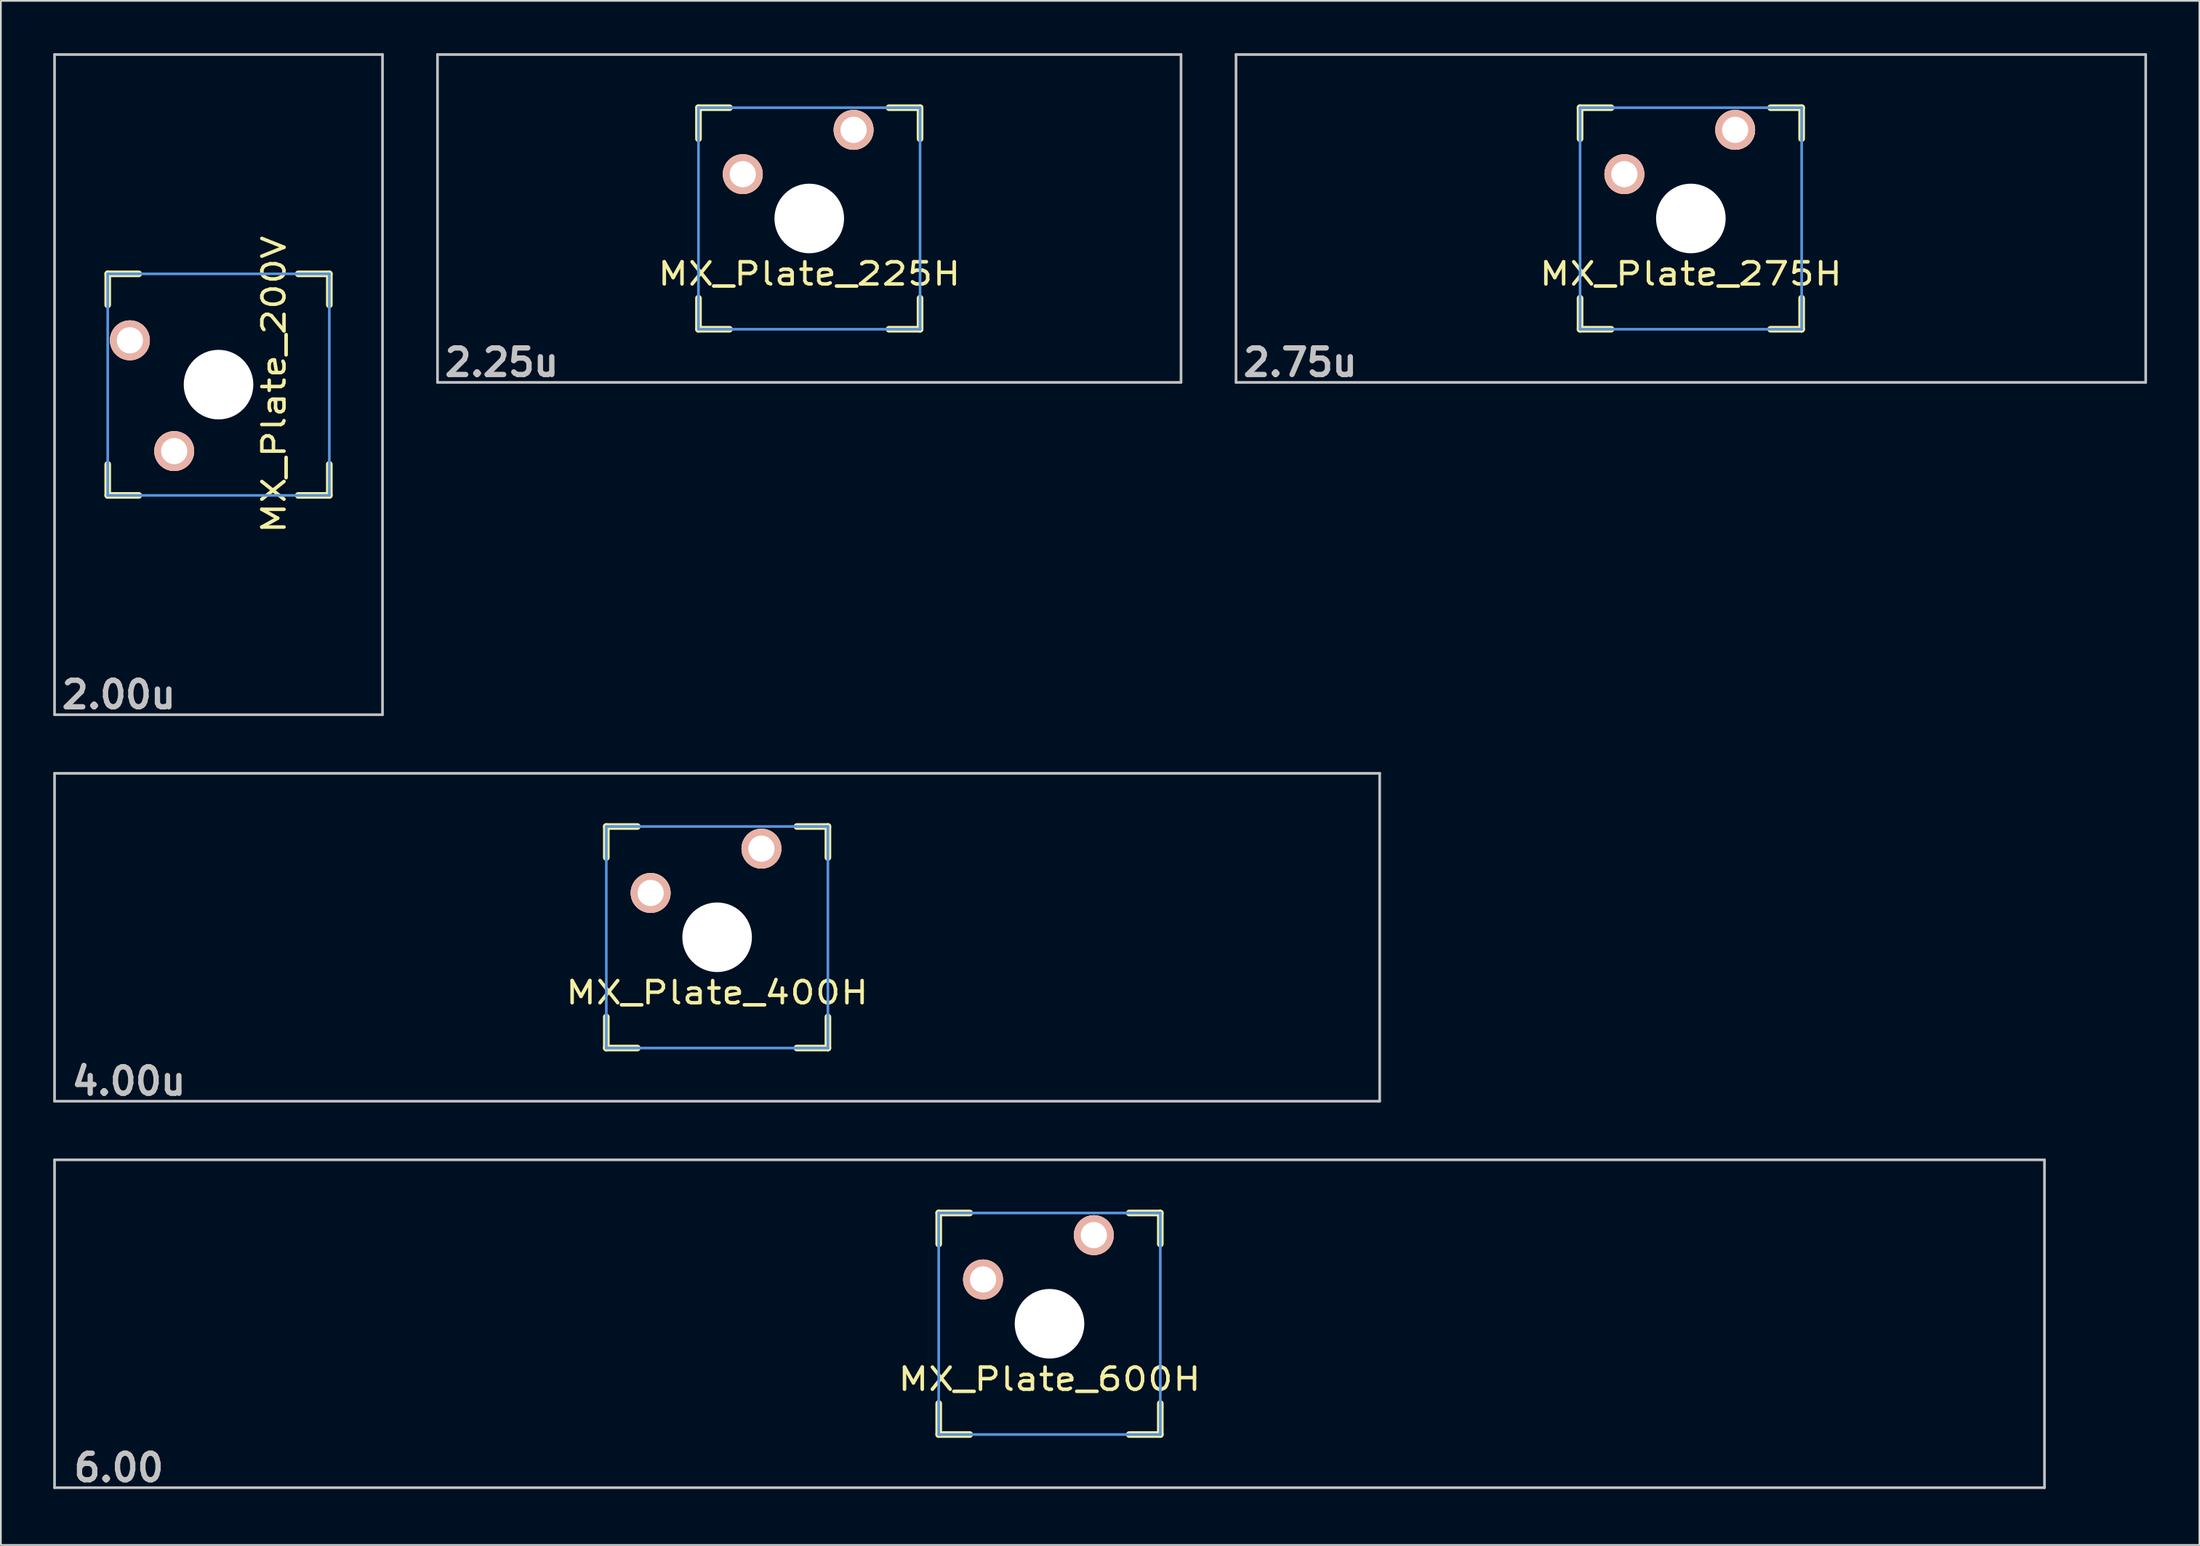
<source format=kicad_pcb>
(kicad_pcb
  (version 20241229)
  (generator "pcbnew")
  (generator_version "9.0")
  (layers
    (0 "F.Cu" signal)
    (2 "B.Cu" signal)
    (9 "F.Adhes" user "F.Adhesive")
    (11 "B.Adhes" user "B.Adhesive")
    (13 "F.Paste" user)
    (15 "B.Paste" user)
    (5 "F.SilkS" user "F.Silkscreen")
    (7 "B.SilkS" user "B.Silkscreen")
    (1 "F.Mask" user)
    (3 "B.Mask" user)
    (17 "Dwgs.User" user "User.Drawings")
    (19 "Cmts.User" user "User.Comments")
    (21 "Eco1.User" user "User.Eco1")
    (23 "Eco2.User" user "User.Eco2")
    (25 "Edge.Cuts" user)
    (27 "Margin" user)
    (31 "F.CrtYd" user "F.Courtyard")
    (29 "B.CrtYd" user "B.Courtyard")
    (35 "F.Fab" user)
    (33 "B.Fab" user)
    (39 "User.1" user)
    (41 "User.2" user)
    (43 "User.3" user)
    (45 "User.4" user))
  (footprint "MX_Plate_275H"
    (layer "F.Cu")
    (at 93.856 9.474)
    (property "Reference" "MX_Plate_275H" (at 0 3.175 0) (layer "F.SilkS") (effects (font (size 1.27 1.524) (thickness 0.203))))
    (attr through_hole)
    (fp_line (start -6.35 -6.35) (end -4.572 -6.35) (stroke (width 0.381) (type solid)) (layer "F.SilkS"))
    (fp_line (start -6.35 -4.572) (end -6.35 -6.35) (stroke (width 0.381) (type solid)) (layer "F.SilkS"))
    (fp_line (start -6.35 6.35) (end -6.35 4.572) (stroke (width 0.381) (type solid)) (layer "F.SilkS"))
    (fp_line (start -4.572 6.35) (end -6.35 6.35) (stroke (width 0.381) (type solid)) (layer "F.SilkS"))
    (fp_line (start 4.572 -6.35) (end 6.35 -6.35) (stroke (width 0.381) (type solid)) (layer "F.SilkS"))
    (fp_line (start 6.35 -6.35) (end 6.35 -4.572) (stroke (width 0.381) (type solid)) (layer "F.SilkS"))
    (fp_line (start 6.35 4.572) (end 6.35 6.35) (stroke (width 0.381) (type solid)) (layer "F.SilkS"))
    (fp_line (start 6.35 6.35) (end 4.572 6.35) (stroke (width 0.381) (type solid)) (layer "F.SilkS"))
    (fp_line (start -26.068 -9.398) (end 26.068 -9.398) (stroke (width 0.152) (type solid)) (layer "Dwgs.User"))
    (fp_line (start -26.068 9.398) (end -26.068 -9.398) (stroke (width 0.152) (type solid)) (layer "Dwgs.User"))
    (fp_line (start 26.068 -9.398) (end 26.068 9.398) (stroke (width 0.152) (type solid)) (layer "Dwgs.User"))
    (fp_line (start 26.068 9.398) (end -26.068 9.398) (stroke (width 0.152) (type solid)) (layer "Dwgs.User"))
    (fp_line (start -6.35 -6.35) (end 6.35 -6.35) (stroke (width 0.152) (type solid)) (layer "Cmts.User"))
    (fp_line (start -6.35 6.35) (end -6.35 -6.35) (stroke (width 0.152) (type solid)) (layer "Cmts.User"))
    (fp_line (start 6.35 -6.35) (end 6.35 6.35) (stroke (width 0.152) (type solid)) (layer "Cmts.User"))
    (fp_line (start 6.35 6.35) (end -6.35 6.35) (stroke (width 0.152) (type solid)) (layer "Cmts.User"))
    (fp_text user "2.75u" (at -22.385 8.255 0) (layer "Dwgs.User") (effects (font (size 1.524 1.524) (thickness 0.305))))
    (pad "" np_thru_hole circle (at 0 0) (size 3.988 3.988) (drill 3.988) (layers "*.Cu"))
    (pad "1" thru_hole circle (at 2.54 -5.08) (size 2.286 2.286) (drill 1.499) (layers "*.Cu" "*.SilkS" "*.Mask"))
    (pad "2" thru_hole circle (at -3.81 -2.54) (size 2.286 2.286) (drill 1.499) (layers "*.Cu" "*.SilkS" "*.Mask")))
  (footprint "MX_Plate_400H"
    (layer "F.Cu")
    (at 38.049 50.68)
    (property "Reference" "MX_Plate_400H" (at 0 3.175 0) (layer "F.SilkS") (effects (font (size 1.27 1.524) (thickness 0.203))))
    (attr through_hole)
    (fp_line (start -6.35 -6.35) (end -4.572 -6.35) (stroke (width 0.381) (type solid)) (layer "F.SilkS"))
    (fp_line (start -6.35 -4.572) (end -6.35 -6.35) (stroke (width 0.381) (type solid)) (layer "F.SilkS"))
    (fp_line (start -6.35 6.35) (end -6.35 4.572) (stroke (width 0.381) (type solid)) (layer "F.SilkS"))
    (fp_line (start -4.572 6.35) (end -6.35 6.35) (stroke (width 0.381) (type solid)) (layer "F.SilkS"))
    (fp_line (start 4.572 -6.35) (end 6.35 -6.35) (stroke (width 0.381) (type solid)) (layer "F.SilkS"))
    (fp_line (start 6.35 -6.35) (end 6.35 -4.572) (stroke (width 0.381) (type solid)) (layer "F.SilkS"))
    (fp_line (start 6.35 4.572) (end 6.35 6.35) (stroke (width 0.381) (type solid)) (layer "F.SilkS"))
    (fp_line (start 6.35 6.35) (end 4.572 6.35) (stroke (width 0.381) (type solid)) (layer "F.SilkS"))
    (fp_line (start -37.973 -9.398) (end 37.973 -9.398) (stroke (width 0.152) (type solid)) (layer "Dwgs.User"))
    (fp_line (start -37.973 9.398) (end -37.973 -9.398) (stroke (width 0.152) (type solid)) (layer "Dwgs.User"))
    (fp_line (start 37.973 -9.398) (end 37.973 9.398) (stroke (width 0.152) (type solid)) (layer "Dwgs.User"))
    (fp_line (start 37.973 9.398) (end -37.973 9.398) (stroke (width 0.152) (type solid)) (layer "Dwgs.User"))
    (fp_line (start -6.35 -6.35) (end 6.35 -6.35) (stroke (width 0.152) (type solid)) (layer "Cmts.User"))
    (fp_line (start -6.35 6.35) (end -6.35 -6.35) (stroke (width 0.152) (type solid)) (layer "Cmts.User"))
    (fp_line (start 6.35 -6.35) (end 6.35 6.35) (stroke (width 0.152) (type solid)) (layer "Cmts.User"))
    (fp_line (start 6.35 6.35) (end -6.35 6.35) (stroke (width 0.152) (type solid)) (layer "Cmts.User"))
    (fp_text user "4.00u" (at -33.715 8.255 0) (layer "Dwgs.User") (effects (font (size 1.524 1.524) (thickness 0.305))))
    (pad "" np_thru_hole circle (at 0 0) (size 3.988 3.988) (drill 3.988) (layers "*.Cu"))
    (pad "1" thru_hole circle (at 2.54 -5.08) (size 2.286 2.286) (drill 1.499) (layers "*.Cu" "*.SilkS" "*.Mask"))
    (pad "2" thru_hole circle (at -3.81 -2.54) (size 2.286 2.286) (drill 1.499) (layers "*.Cu" "*.SilkS" "*.Mask")))
  (footprint "MX_Plate_600H"
    (layer "F.Cu")
    (at 57.099 72.836)
    (property "Reference" "MX_Plate_600H" (at 0 3.175 0) (layer "F.SilkS") (effects (font (size 1.27 1.524) (thickness 0.203))))
    (attr through_hole)
    (fp_line (start -6.35 -6.35) (end -4.572 -6.35) (stroke (width 0.381) (type solid)) (layer "F.SilkS"))
    (fp_line (start -6.35 -4.572) (end -6.35 -6.35) (stroke (width 0.381) (type solid)) (layer "F.SilkS"))
    (fp_line (start -6.35 6.35) (end -6.35 4.572) (stroke (width 0.381) (type solid)) (layer "F.SilkS"))
    (fp_line (start -4.572 6.35) (end -6.35 6.35) (stroke (width 0.381) (type solid)) (layer "F.SilkS"))
    (fp_line (start 4.572 -6.35) (end 6.35 -6.35) (stroke (width 0.381) (type solid)) (layer "F.SilkS"))
    (fp_line (start 6.35 -6.35) (end 6.35 -4.572) (stroke (width 0.381) (type solid)) (layer "F.SilkS"))
    (fp_line (start 6.35 4.572) (end 6.35 6.35) (stroke (width 0.381) (type solid)) (layer "F.SilkS"))
    (fp_line (start 6.35 6.35) (end 4.572 6.35) (stroke (width 0.381) (type solid)) (layer "F.SilkS"))
    (fp_line (start -57.023 -9.398) (end 57.023 -9.398) (stroke (width 0.152) (type solid)) (layer "Dwgs.User"))
    (fp_line (start -57.023 9.398) (end -57.023 -9.398) (stroke (width 0.152) (type solid)) (layer "Dwgs.User"))
    (fp_line (start 57.023 -9.398) (end 57.023 9.398) (stroke (width 0.152) (type solid)) (layer "Dwgs.User"))
    (fp_line (start 57.023 9.398) (end -57.023 9.398) (stroke (width 0.152) (type solid)) (layer "Dwgs.User"))
    (fp_line (start -6.35 -6.35) (end 6.35 -6.35) (stroke (width 0.152) (type solid)) (layer "Cmts.User"))
    (fp_line (start -6.35 6.35) (end -6.35 -6.35) (stroke (width 0.152) (type solid)) (layer "Cmts.User"))
    (fp_line (start 6.35 -6.35) (end 6.35 6.35) (stroke (width 0.152) (type solid)) (layer "Cmts.User"))
    (fp_line (start 6.35 6.35) (end -6.35 6.35) (stroke (width 0.152) (type solid)) (layer "Cmts.User"))
    (fp_text user "6.00" (at -53.341 8.255 0) (layer "Dwgs.User") (effects (font (size 1.524 1.524) (thickness 0.305))))
    (pad "" np_thru_hole circle (at 0 0) (size 3.988 3.988) (drill 3.988) (layers "*.Cu"))
    (pad "1" thru_hole circle (at 2.54 -5.08) (size 2.286 2.286) (drill 1.499) (layers "*.Cu" "*.SilkS" "*.Mask"))
    (pad "2" thru_hole circle (at -3.81 -2.54) (size 2.286 2.286) (drill 1.499) (layers "*.Cu" "*.SilkS" "*.Mask")))
  (footprint "MX_Plate_225H"
    (layer "F.Cu")
    (at 43.33 9.474)
    (property "Reference" "MX_Plate_225H" (at 0 3.175 0) (layer "F.SilkS") (effects (font (size 1.27 1.524) (thickness 0.203))))
    (attr through_hole)
    (fp_line (start -6.35 -6.35) (end -4.572 -6.35) (stroke (width 0.381) (type solid)) (layer "F.SilkS"))
    (fp_line (start -6.35 -4.572) (end -6.35 -6.35) (stroke (width 0.381) (type solid)) (layer "F.SilkS"))
    (fp_line (start -6.35 6.35) (end -6.35 4.572) (stroke (width 0.381) (type solid)) (layer "F.SilkS"))
    (fp_line (start -4.572 6.35) (end -6.35 6.35) (stroke (width 0.381) (type solid)) (layer "F.SilkS"))
    (fp_line (start 4.572 -6.35) (end 6.35 -6.35) (stroke (width 0.381) (type solid)) (layer "F.SilkS"))
    (fp_line (start 6.35 -6.35) (end 6.35 -4.572) (stroke (width 0.381) (type solid)) (layer "F.SilkS"))
    (fp_line (start 6.35 4.572) (end 6.35 6.35) (stroke (width 0.381) (type solid)) (layer "F.SilkS"))
    (fp_line (start 6.35 6.35) (end 4.572 6.35) (stroke (width 0.381) (type solid)) (layer "F.SilkS"))
    (fp_line (start -21.306 -9.398) (end 21.306 -9.398) (stroke (width 0.152) (type solid)) (layer "Dwgs.User"))
    (fp_line (start -21.306 9.398) (end -21.306 -9.398) (stroke (width 0.152) (type solid)) (layer "Dwgs.User"))
    (fp_line (start 21.306 -9.398) (end 21.306 9.398) (stroke (width 0.152) (type solid)) (layer "Dwgs.User"))
    (fp_line (start 21.306 9.398) (end -21.306 9.398) (stroke (width 0.152) (type solid)) (layer "Dwgs.User"))
    (fp_line (start -6.35 -6.35) (end 6.35 -6.35) (stroke (width 0.152) (type solid)) (layer "Cmts.User"))
    (fp_line (start -6.35 6.35) (end -6.35 -6.35) (stroke (width 0.152) (type solid)) (layer "Cmts.User"))
    (fp_line (start 6.35 -6.35) (end 6.35 6.35) (stroke (width 0.152) (type solid)) (layer "Cmts.User"))
    (fp_line (start 6.35 6.35) (end -6.35 6.35) (stroke (width 0.152) (type solid)) (layer "Cmts.User"))
    (fp_text user "2.25u" (at -17.623 8.255 0) (layer "Dwgs.User") (effects (font (size 1.524 1.524) (thickness 0.305))))
    (pad "" np_thru_hole circle (at 0 0) (size 3.988 3.988) (drill 3.988) (layers "*.Cu"))
    (pad "1" thru_hole circle (at 2.54 -5.08) (size 2.286 2.286) (drill 1.499) (layers "*.Cu" "*.SilkS" "*.Mask"))
    (pad "2" thru_hole circle (at -3.81 -2.54) (size 2.286 2.286) (drill 1.499) (layers "*.Cu" "*.SilkS" "*.Mask")))
  (footprint "MX_Plate_200V"
    (layer "F.Cu")
    (at 9.474 18.999)
    (property "Reference" "MX_Plate_200V" (at 3.175 0 90) (layer "F.SilkS") (effects (font (size 1.27 1.524) (thickness 0.203))))
    (attr through_hole)
    (fp_line (start -6.35 -6.35) (end -4.572 -6.35) (stroke (width 0.381) (type solid)) (layer "F.SilkS"))
    (fp_line (start -6.35 -4.572) (end -6.35 -6.35) (stroke (width 0.381) (type solid)) (layer "F.SilkS"))
    (fp_line (start -6.35 6.35) (end -6.35 4.572) (stroke (width 0.381) (type solid)) (layer "F.SilkS"))
    (fp_line (start -4.572 6.35) (end -6.35 6.35) (stroke (width 0.381) (type solid)) (layer "F.SilkS"))
    (fp_line (start 4.572 -6.35) (end 6.35 -6.35) (stroke (width 0.381) (type solid)) (layer "F.SilkS"))
    (fp_line (start 6.35 -6.35) (end 6.35 -4.572) (stroke (width 0.381) (type solid)) (layer "F.SilkS"))
    (fp_line (start 6.35 4.572) (end 6.35 6.35) (stroke (width 0.381) (type solid)) (layer "F.SilkS"))
    (fp_line (start 6.35 6.35) (end 4.572 6.35) (stroke (width 0.381) (type solid)) (layer "F.SilkS"))
    (fp_line (start -9.398 -18.923) (end 9.398 -18.923) (stroke (width 0.152) (type solid)) (layer "Dwgs.User"))
    (fp_line (start -9.398 18.923) (end -9.398 -18.923) (stroke (width 0.152) (type solid)) (layer "Dwgs.User"))
    (fp_line (start 9.398 -18.923) (end 9.398 18.923) (stroke (width 0.152) (type solid)) (layer "Dwgs.User"))
    (fp_line (start 9.398 18.923) (end -9.398 18.923) (stroke (width 0.152) (type solid)) (layer "Dwgs.User"))
    (fp_line (start -6.35 -6.35) (end 6.35 -6.35) (stroke (width 0.152) (type solid)) (layer "Cmts.User"))
    (fp_line (start -6.35 6.35) (end -6.35 -6.35) (stroke (width 0.152) (type solid)) (layer "Cmts.User"))
    (fp_line (start 6.35 -6.35) (end 6.35 6.35) (stroke (width 0.152) (type solid)) (layer "Cmts.User"))
    (fp_line (start 6.35 6.35) (end -6.35 6.35) (stroke (width 0.152) (type solid)) (layer "Cmts.User"))
    (fp_text user "2.00u" (at -5.715 17.78 0) (layer "Dwgs.User") (effects (font (size 1.524 1.524) (thickness 0.305))))
    (pad "" np_thru_hole circle (at 0 0 90) (size 3.988 3.988) (drill 3.988) (layers "*.Cu"))
    (pad "1" thru_hole circle (at -5.08 -2.54 90) (size 2.286 2.286) (drill 1.499) (layers "*.Cu" "*.SilkS" "*.Mask"))
    (pad "2" thru_hole circle (at -2.54 3.81 90) (size 2.286 2.286) (drill 1.499) (layers "*.Cu" "*.SilkS" "*.Mask")))
  (gr_rect
    (start -3 -3)
    (end 123 85.517)
    (stroke (width 0.1) (type default))
    (fill no)
    (layer "Edge.Cuts")))
</source>
